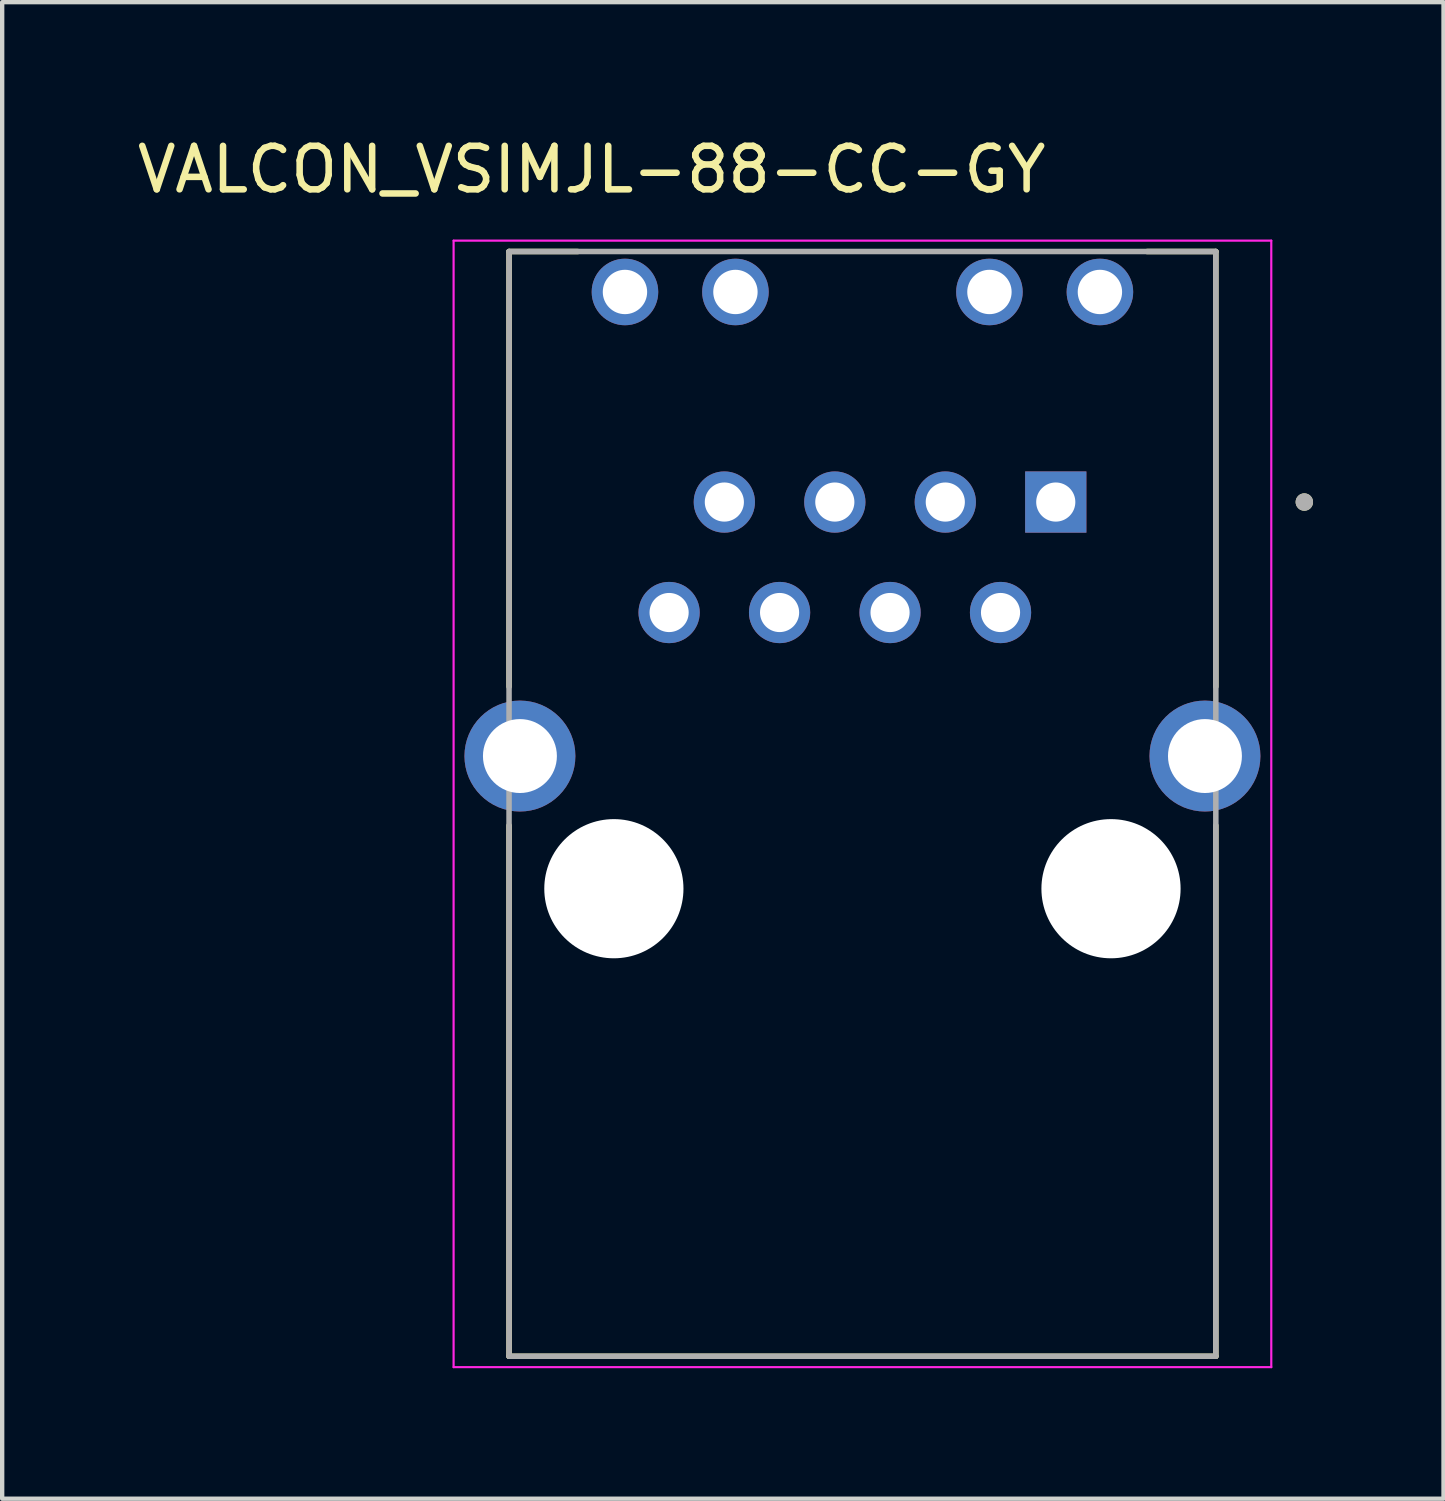
<source format=kicad_pcb>
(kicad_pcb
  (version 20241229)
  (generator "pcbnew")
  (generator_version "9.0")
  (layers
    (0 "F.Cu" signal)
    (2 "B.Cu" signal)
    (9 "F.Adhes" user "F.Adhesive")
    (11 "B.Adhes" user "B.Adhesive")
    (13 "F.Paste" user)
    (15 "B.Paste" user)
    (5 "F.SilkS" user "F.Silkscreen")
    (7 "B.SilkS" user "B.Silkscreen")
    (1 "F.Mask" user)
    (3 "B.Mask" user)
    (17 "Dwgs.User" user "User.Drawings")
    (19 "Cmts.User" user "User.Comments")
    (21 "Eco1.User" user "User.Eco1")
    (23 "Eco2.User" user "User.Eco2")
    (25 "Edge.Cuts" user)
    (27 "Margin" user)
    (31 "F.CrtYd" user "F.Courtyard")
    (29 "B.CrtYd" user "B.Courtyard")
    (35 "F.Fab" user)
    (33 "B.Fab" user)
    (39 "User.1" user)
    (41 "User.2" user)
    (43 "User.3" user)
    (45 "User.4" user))
  (footprint "VALCON_VSIMJL-88-CC-GY"
    (layer "F.Cu")
    (at 16.779 17.383)
    (property "Reference" "VALCON_VSIMJL-88-CC-GY" (at -6.225 -16.535 0) (layer "F.SilkS") (effects (font (size 1 1) (thickness 0.15))))
    (attr through_hole)
    (fp_line (start -8.125 -14.65) (end -8.125 -4.645) (stroke (width 0.127) (type solid)) (layer "F.SilkS"))
    (fp_line (start -8.125 10.75) (end -8.125 -1.455) (stroke (width 0.127) (type solid)) (layer "F.SilkS"))
    (fp_line (start -8.125 10.75) (end 8.125 10.75) (stroke (width 0.127) (type solid)) (layer "F.SilkS"))
    (fp_line (start -6.545 -14.65) (end -8.125 -14.65) (stroke (width 0.127) (type solid)) (layer "F.SilkS"))
    (fp_line (start 8.125 -14.65) (end 6.545 -14.65) (stroke (width 0.127) (type solid)) (layer "F.SilkS"))
    (fp_line (start 8.125 -4.645) (end 8.125 -14.65) (stroke (width 0.127) (type solid)) (layer "F.SilkS"))
    (fp_line (start 8.125 10.75) (end 8.125 -1.455) (stroke (width 0.127) (type solid)) (layer "F.SilkS"))
    (fp_circle (center 10.16 -8.89) (end 10.26 -8.89) (stroke (width 0.2) (type solid)) (fill no) (layer "F.SilkS"))
    (fp_line (start -9.4 -14.9) (end -9.4 11) (stroke (width 0.05) (type solid)) (layer "F.CrtYd"))
    (fp_line (start -9.4 11) (end 9.4 11) (stroke (width 0.05) (type solid)) (layer "F.CrtYd"))
    (fp_line (start 9.4 -14.9) (end -9.4 -14.9) (stroke (width 0.05) (type solid)) (layer "F.CrtYd"))
    (fp_line (start 9.4 11) (end 9.4 -14.9) (stroke (width 0.05) (type solid)) (layer "F.CrtYd"))
    (fp_line (start -8.125 -14.65) (end -8.125 10.75) (stroke (width 0.127) (type solid)) (layer "F.Fab"))
    (fp_line (start -8.125 10.75) (end 8.125 10.75) (stroke (width 0.127) (type solid)) (layer "F.Fab"))
    (fp_line (start 8.125 -14.65) (end -8.125 -14.65) (stroke (width 0.127) (type solid)) (layer "F.Fab"))
    (fp_line (start 8.125 10.75) (end 8.125 -14.65) (stroke (width 0.127) (type solid)) (layer "F.Fab"))
    (fp_circle (center 10.16 -8.89) (end 10.26 -8.89) (stroke (width 0.2) (type solid)) (fill no) (layer "F.Fab"))
    (pad "" np_thru_hole circle (at -5.715 0) (size 3.2 3.2) (drill 3.2) (layers "*.Cu" "*.Mask"))
    (pad "" np_thru_hole circle (at 5.715 0) (size 3.2 3.2) (drill 3.2) (layers "*.Cu" "*.Mask"))
    (pad "1" thru_hole rect (at 4.445 -8.89) (size 1.408 1.408) (drill 0.9) (layers "*.Cu" "*.Mask"))
    (pad "2" thru_hole circle (at 3.175 -6.35) (size 1.408 1.408) (drill 0.9) (layers "*.Cu" "*.Mask"))
    (pad "3" thru_hole circle (at 1.905 -8.89) (size 1.408 1.408) (drill 0.9) (layers "*.Cu" "*.Mask"))
    (pad "4" thru_hole circle (at 0.635 -6.35) (size 1.408 1.408) (drill 0.9) (layers "*.Cu" "*.Mask"))
    (pad "5" thru_hole circle (at -0.635 -8.89) (size 1.408 1.408) (drill 0.9) (layers "*.Cu" "*.Mask"))
    (pad "6" thru_hole circle (at -1.905 -6.35) (size 1.408 1.408) (drill 0.9) (layers "*.Cu" "*.Mask"))
    (pad "7" thru_hole circle (at -3.175 -8.89) (size 1.408 1.408) (drill 0.9) (layers "*.Cu" "*.Mask"))
    (pad "8" thru_hole circle (at -4.445 -6.35) (size 1.408 1.408) (drill 0.9) (layers "*.Cu" "*.Mask"))
    (pad "9" thru_hole circle (at 5.46 -13.72) (size 1.53 1.53) (drill 1.02) (layers "*.Cu" "*.Mask"))
    (pad "10" thru_hole circle (at 2.92 -13.72) (size 1.53 1.53) (drill 1.02) (layers "*.Cu" "*.Mask"))
    (pad "11" thru_hole circle (at -2.92 -13.72) (size 1.53 1.53) (drill 1.02) (layers "*.Cu" "*.Mask"))
    (pad "12" thru_hole circle (at -5.46 -13.72) (size 1.53 1.53) (drill 1.02) (layers "*.Cu" "*.Mask"))
    (pad "S1" thru_hole circle (at -7.875 -3.05) (size 2.55 2.55) (drill 1.7) (layers "*.Cu" "*.Mask"))
    (pad "S2" thru_hole circle (at 7.875 -3.05) (size 2.55 2.55) (drill 1.7) (layers "*.Cu" "*.Mask")))
  (gr_rect
    (start -3 -3)
    (end 30.139 31.408)
    (stroke (width 0.1) (type default))
    (fill no)
    (layer "Edge.Cuts")))
</source>
